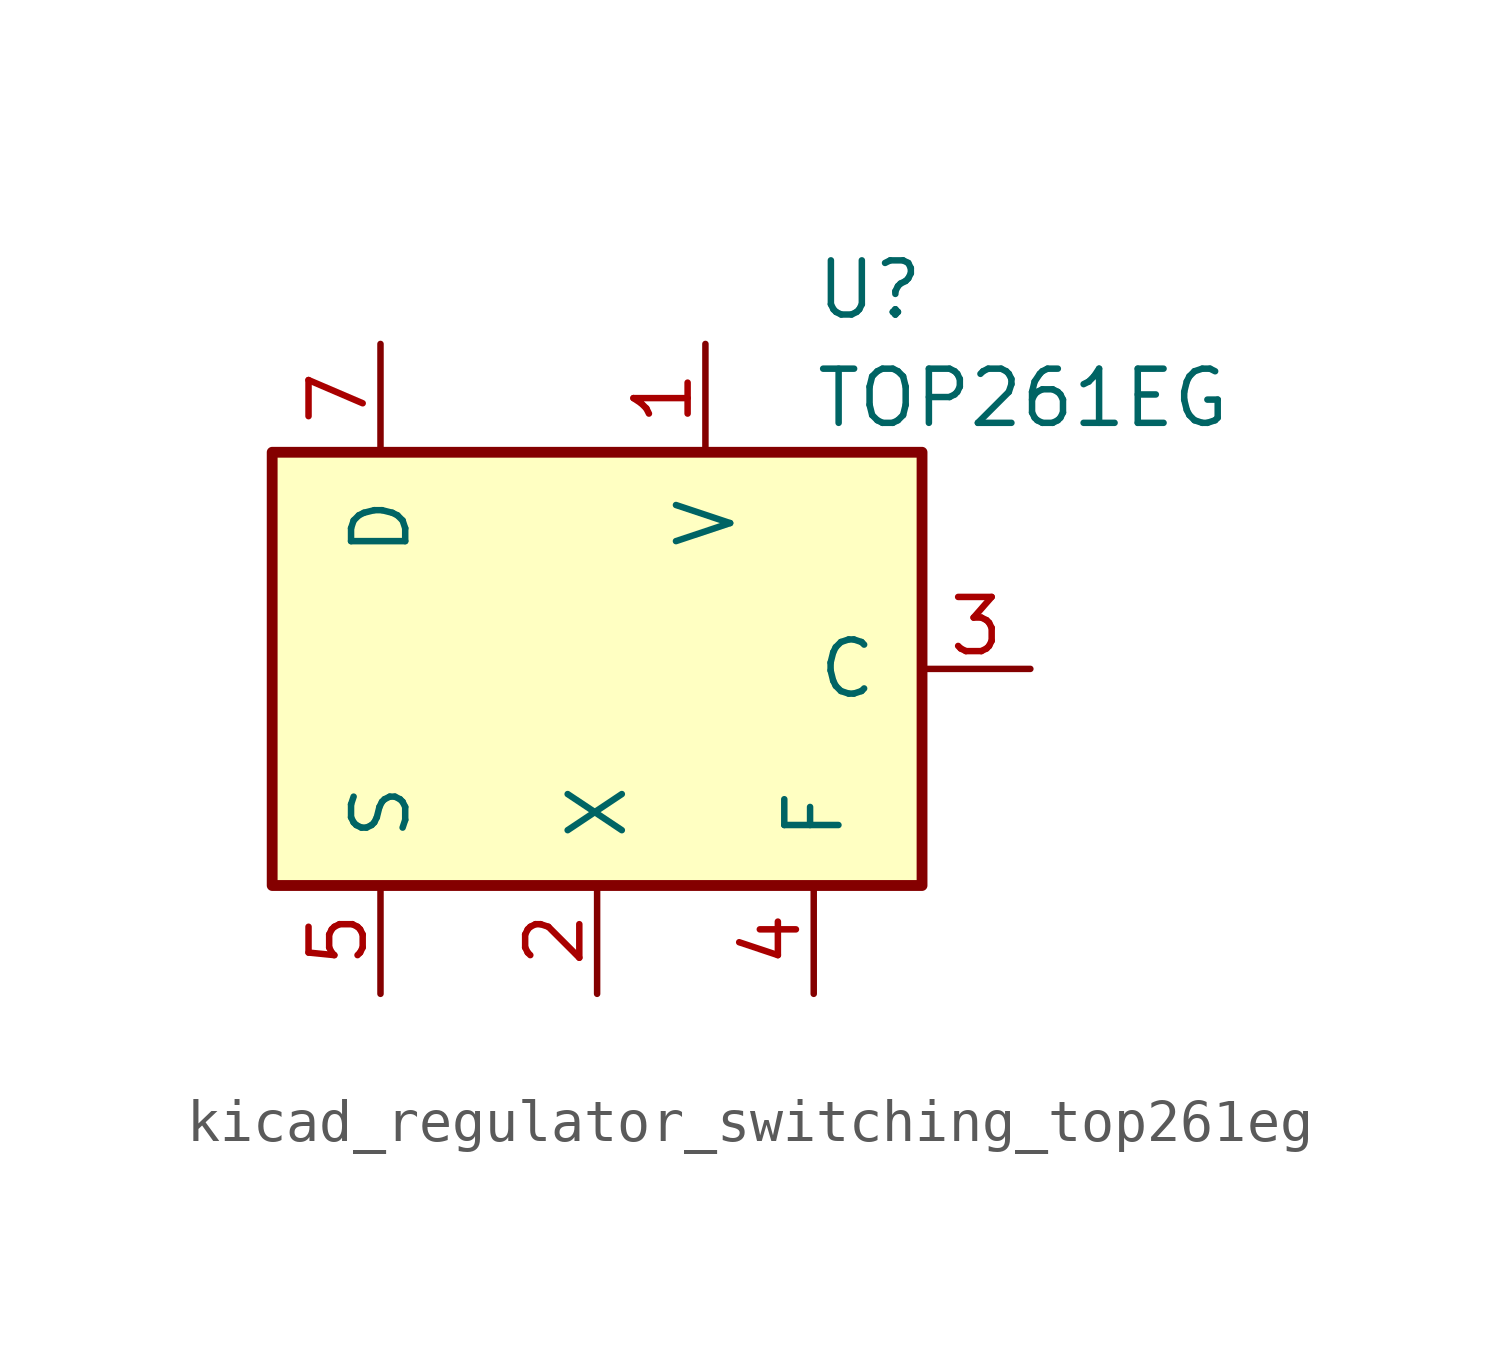
<source format=kicad_sym>
(kicad_symbol_lib
  (version 20220914)
  (generator kicad_symbol_editor)
  (symbol "kicad_regulator_switching_top261eg"
    (pin_names
      (offset 1.016))
    (property "Reference" "U"
      (at 5.08 8.89 0)
      (effects (font (size 1.27 1.27)) (justify left)))
    (property "Value" "TOP261EG"
      (at 5.08 6.35 0)
      (effects (font (size 1.27 1.27)) (justify left)))
    (symbol "kicad_regulator_switching_top261eg_0_1"
      (rectangle (start -7.62 5.08) (end 7.62 -5.08) (stroke (width 0.254) (type default)) (fill (type background))))
    (symbol "kicad_regulator_switching_top261eg_1_1"
      (pin input line (at 2.54 7.62 270) (length 2.54) (name "V" (effects (font (size 1.27 1.27)))) (number "1" (effects (font (size 1.27 1.27)))))
      (pin input line (at 0 -7.62 90) (length 2.54) (name "X" (effects (font (size 1.27 1.27)))) (number "2" (effects (font (size 1.27 1.27)))))
      (pin input line (at 10.16 0 180) (length 2.54) (name "C" (effects (font (size 1.27 1.27)))) (number "3" (effects (font (size 1.27 1.27)))))
      (pin passive line (at 5.08 -7.62 90) (length 2.54) (name "F" (effects (font (size 1.27 1.27)))) (number "4" (effects (font (size 1.27 1.27)))))
      (pin power_in line (at -5.08 -7.62 90) (length 2.54) (name "S" (effects (font (size 1.27 1.27)))) (number "5" (effects (font (size 1.27 1.27)))))
      (pin open_collector line (at -5.08 7.62 270) (length 2.54) (name "D" (effects (font (size 1.27 1.27)))) (number "7" (effects (font (size 1.27 1.27))))))))
</source>
